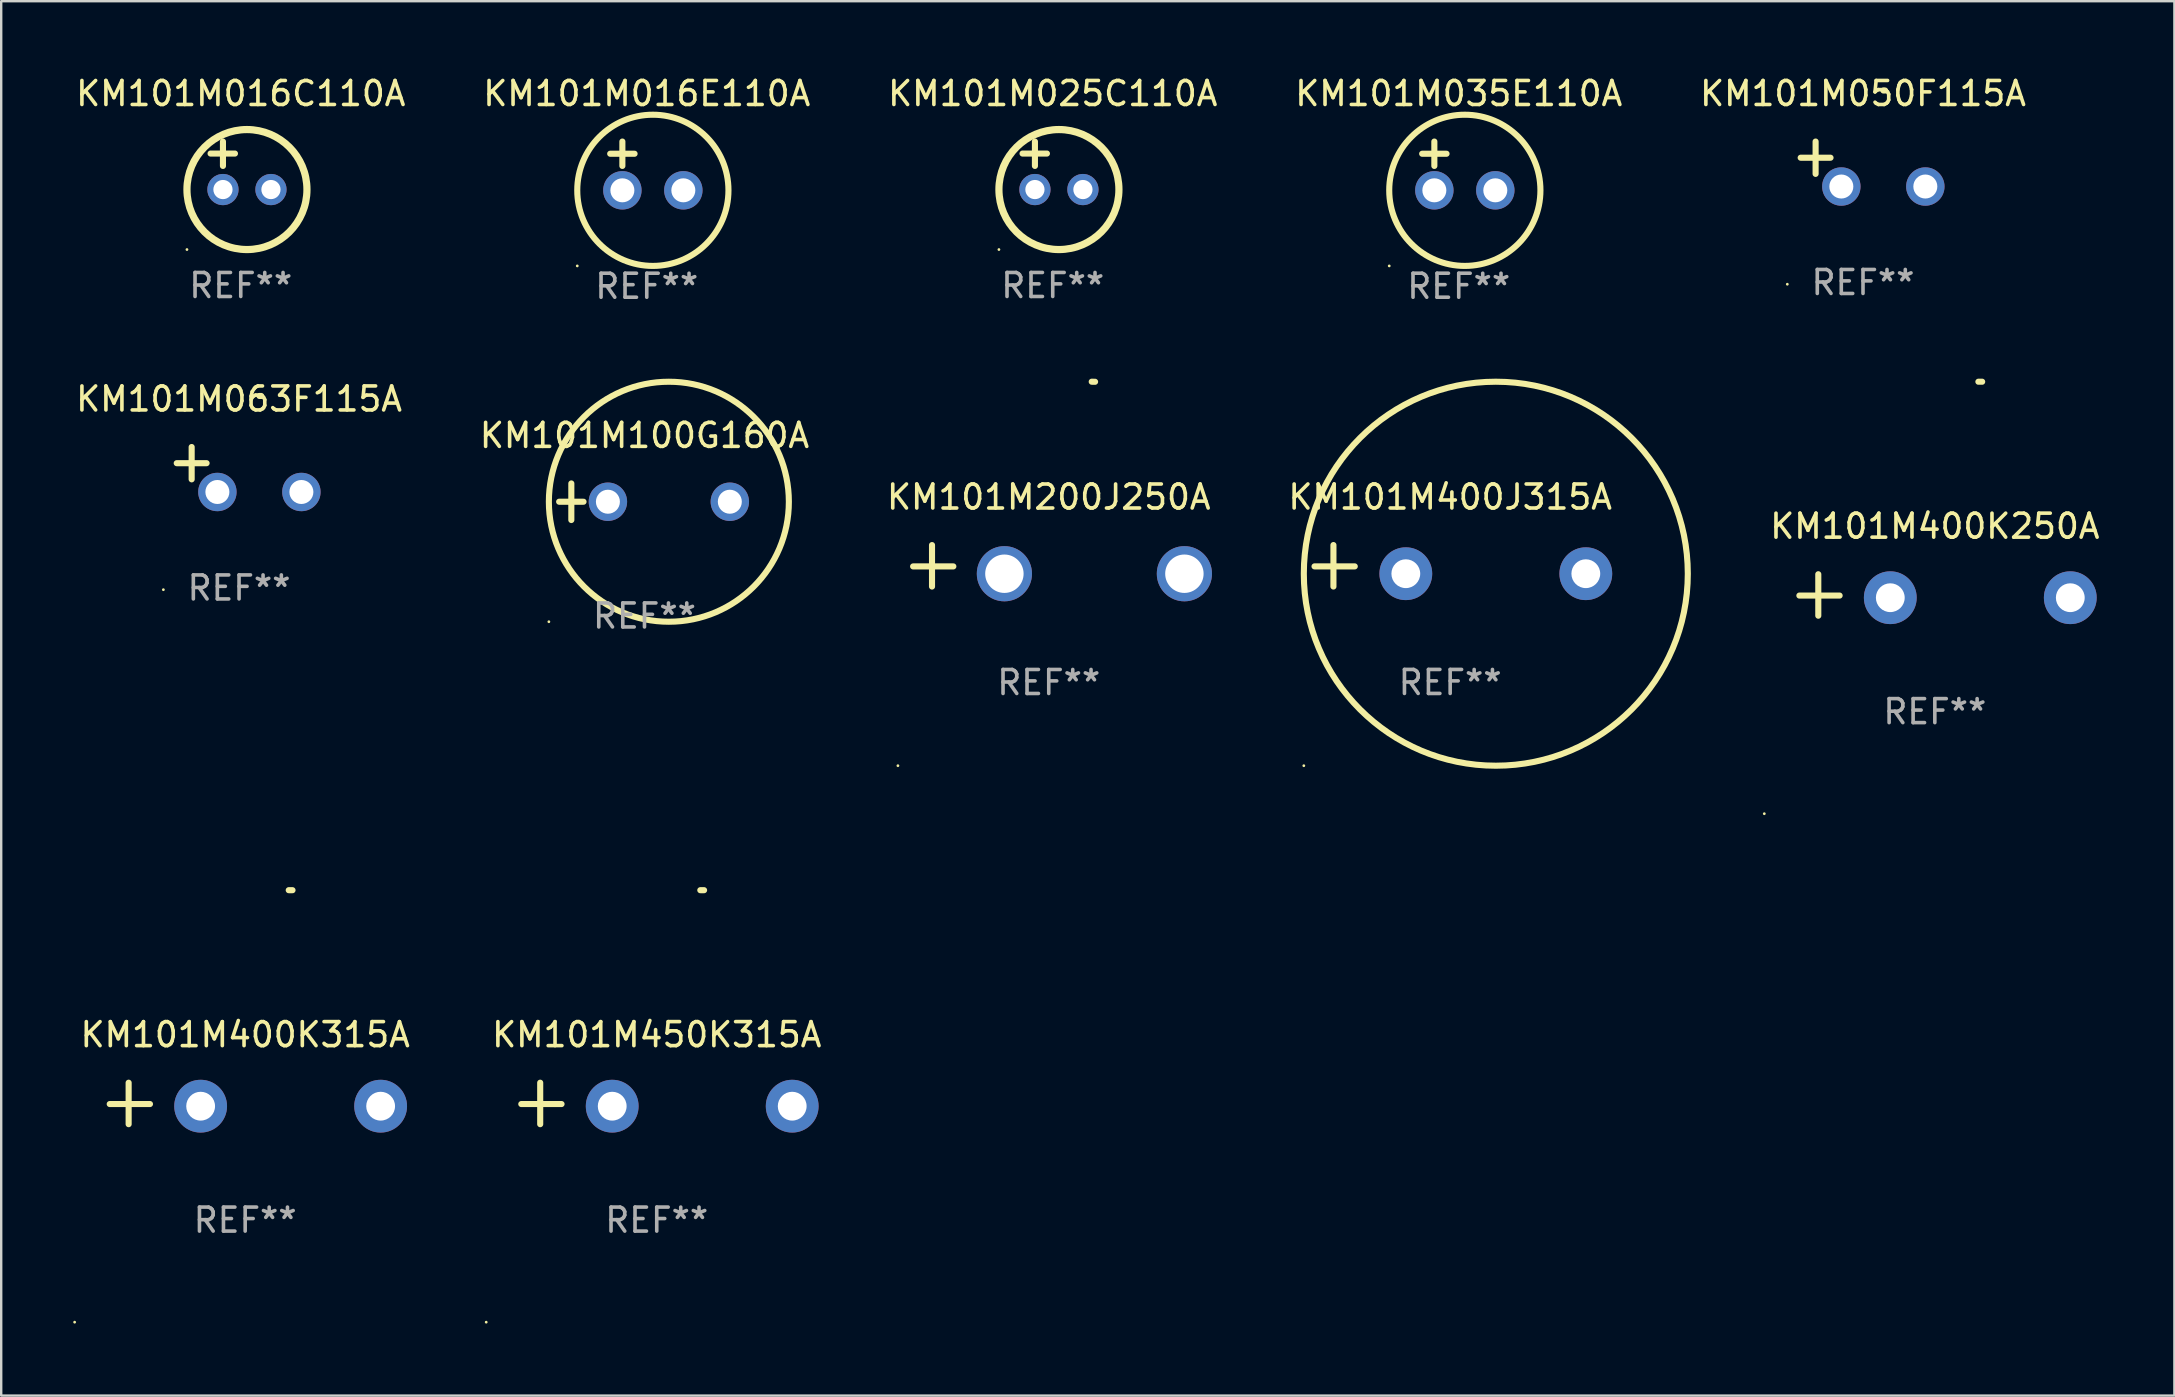
<source format=kicad_pcb>
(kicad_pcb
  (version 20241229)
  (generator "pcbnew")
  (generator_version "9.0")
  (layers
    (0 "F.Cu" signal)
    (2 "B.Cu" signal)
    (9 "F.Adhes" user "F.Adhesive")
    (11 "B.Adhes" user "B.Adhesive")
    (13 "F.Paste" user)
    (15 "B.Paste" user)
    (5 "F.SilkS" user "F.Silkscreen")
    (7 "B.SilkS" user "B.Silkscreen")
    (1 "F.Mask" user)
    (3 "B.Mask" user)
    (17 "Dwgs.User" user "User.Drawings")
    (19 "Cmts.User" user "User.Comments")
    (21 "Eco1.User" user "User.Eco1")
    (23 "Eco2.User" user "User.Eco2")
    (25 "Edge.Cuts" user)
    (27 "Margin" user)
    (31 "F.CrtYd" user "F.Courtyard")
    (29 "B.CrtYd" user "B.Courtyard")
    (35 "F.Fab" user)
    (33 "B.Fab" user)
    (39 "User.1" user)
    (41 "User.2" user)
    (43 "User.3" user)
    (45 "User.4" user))
  (footprint "KM101M450K315A"
    (layer "F.Cu")
    (at 24.315 42.928)
    (property "Reference" "KM101M450K315A" (at 0 -2.864 0) (layer "F.SilkS") (effects (font (size 1 1) (thickness 0.15))))
    (attr through_hole)
    (fp_line (start -4.856 0.864) (end -4.856 -0.864) (stroke (width 0.254) (type solid)) (layer "F.SilkS"))
    (fp_line (start -3.967 0.025) (end -5.644 0.025) (stroke (width 0.254) (type solid)) (layer "F.SilkS"))
    (fp_arc (start 1.815024 -8.885649) (mid 1.893764 -8.88599) (end 1.972504 -8.885649) (stroke (width 0.254001) (type solid)) (layer "F.SilkS"))
    (fp_circle (center -7.106 9.114) (end -7.076 9.114) (stroke (width 0.06) (type solid)) (fill no) (layer "F.SilkS"))
    (fp_text user "REF**" (at 0 4.864 0) (layer "F.Fab") (effects (font (size 1 1) (thickness 0.15))))
    (pad "1" thru_hole circle (at -1.856 0.114) (size 2.2 2.2) (drill 1.2) (layers "*.Cu" "*.Mask"))
    (pad "2" thru_hole circle (at 5.644 0.114) (size 2.2 2.2) (drill 1.2) (layers "*.Cu" "*.Mask")))
  (footprint "KM101M400J315A"
    (layer "F.Cu")
    (at 57.375 20.525)
    (property "Reference" "KM101M400J315A" (at 0 -2.864 0) (layer "F.SilkS") (effects (font (size 1 1) (thickness 0.15))))
    (attr through_hole)
    (fp_line (start -4.864 0.864) (end -4.864 -0.864) (stroke (width 0.254) (type solid)) (layer "F.SilkS"))
    (fp_line (start -3.975 0.025) (end -5.652 0.025) (stroke (width 0.254) (type solid)) (layer "F.SilkS"))
    (fp_circle (center -6.098 8.33) (end -6.068 8.33) (stroke (width 0.06) (type solid)) (fill no) (layer "F.SilkS"))
    (fp_circle (center 1.902 0.33) (end 9.902 0.33) (stroke (width 0.254) (type solid)) (fill no) (layer "F.SilkS"))
    (fp_text user "REF**" (at 0 4.864 0) (layer "F.Fab") (effects (font (size 1 1) (thickness 0.15))))
    (pad "1" thru_hole circle (at -1.848 0.33) (size 2.2 2.2) (drill 1.2) (layers "*.Cu" "*.Mask"))
    (pad "2" thru_hole circle (at 5.652 0.33) (size 2.2 2.2) (drill 1.2) (layers "*.Cu" "*.Mask")))
  (footprint "KM101M025C110A"
    (layer "F.Cu")
    (at 40.815 3.848)
    (property "Reference" "KM101M025C110A" (at 0 -3 0) (layer "F.SilkS") (effects (font (size 1 1) (thickness 0.15))))
    (attr through_hole)
    (fp_line (start -1.258 -0.5) (end -0.242 -0.5) (stroke (width 0.254) (type solid)) (layer "F.SilkS"))
    (fp_line (start -0.742 -1) (end -0.742 0.016) (stroke (width 0.254) (type solid)) (layer "F.SilkS"))
    (fp_circle (center -2.242 3.5) (end -2.212 3.5) (stroke (width 0.06) (type solid)) (fill no) (layer "F.SilkS"))
    (fp_circle (center 0.258 1) (end 2.758 1) (stroke (width 0.3) (type solid)) (fill no) (layer "F.SilkS"))
    (fp_text user "REF**" (at 0 5 0) (layer "F.Fab") (effects (font (size 1 1) (thickness 0.15))))
    (pad "1" thru_hole circle (at -0.742 1) (size 1.3 1.3) (drill 0.8) (layers "*.Cu" "*.Mask"))
    (pad "2" thru_hole circle (at 1.258 1) (size 1.3 1.3) (drill 0.8) (layers "*.Cu" "*.Mask")))
  (footprint "KM101M400K315A"
    (layer "F.Cu")
    (at 7.166 42.928)
    (property "Reference" "KM101M400K315A" (at 0 -2.864 0) (layer "F.SilkS") (effects (font (size 1 1) (thickness 0.15))))
    (attr through_hole)
    (fp_line (start -4.856 0.864) (end -4.856 -0.864) (stroke (width 0.254) (type solid)) (layer "F.SilkS"))
    (fp_line (start -3.967 0.025) (end -5.644 0.025) (stroke (width 0.254) (type solid)) (layer "F.SilkS"))
    (fp_arc (start 1.815024 -8.885649) (mid 1.893764 -8.88599) (end 1.972504 -8.885649) (stroke (width 0.254001) (type solid)) (layer "F.SilkS"))
    (fp_circle (center -7.106 9.114) (end -7.076 9.114) (stroke (width 0.06) (type solid)) (fill no) (layer "F.SilkS"))
    (fp_text user "REF**" (at 0 4.864 0) (layer "F.Fab") (effects (font (size 1 1) (thickness 0.15))))
    (pad "1" thru_hole circle (at -1.856 0.114) (size 2.2 2.2) (drill 1.2) (layers "*.Cu" "*.Mask"))
    (pad "2" thru_hole circle (at 5.644 0.114) (size 2.2 2.2) (drill 1.2) (layers "*.Cu" "*.Mask")))
  (footprint "KM101M016C110A"
    (layer "F.Cu")
    (at 6.982 3.848)
    (property "Reference" "KM101M016C110A" (at 0 -3 0) (layer "F.SilkS") (effects (font (size 1 1) (thickness 0.15))))
    (attr through_hole)
    (fp_line (start -1.258 -0.5) (end -0.242 -0.5) (stroke (width 0.254) (type solid)) (layer "F.SilkS"))
    (fp_line (start -0.742 -1) (end -0.742 0.016) (stroke (width 0.254) (type solid)) (layer "F.SilkS"))
    (fp_circle (center -2.242 3.5) (end -2.212 3.5) (stroke (width 0.06) (type solid)) (fill no) (layer "F.SilkS"))
    (fp_circle (center 0.258 1) (end 2.758 1) (stroke (width 0.3) (type solid)) (fill no) (layer "F.SilkS"))
    (fp_text user "REF**" (at 0 5 0) (layer "F.Fab") (effects (font (size 1 1) (thickness 0.15))))
    (pad "1" thru_hole circle (at -0.742 1) (size 1.3 1.3) (drill 0.8) (layers "*.Cu" "*.Mask"))
    (pad "2" thru_hole circle (at 1.258 1) (size 1.3 1.3) (drill 0.8) (layers "*.Cu" "*.Mask")))
  (footprint "KM101M035E110A"
    (layer "F.Cu")
    (at 57.732 3.864)
    (property "Reference" "KM101M035E110A" (at 0 -3.016 0) (layer "F.SilkS") (effects (font (size 1 1) (thickness 0.15))))
    (attr through_hole)
    (fp_line (start -1.524 -0.508) (end -0.508 -0.508) (stroke (width 0.254) (type solid)) (layer "F.SilkS"))
    (fp_line (start -1.016 -1.016) (end -1.016 0) (stroke (width 0.254) (type solid)) (layer "F.SilkS"))
    (fp_circle (center -2.896 4.166) (end -2.866 4.166) (stroke (width 0.06) (type solid)) (fill no) (layer "F.SilkS"))
    (fp_circle (center 0.254 1.016) (end 3.404 1.016) (stroke (width 0.254) (type solid)) (fill no) (layer "F.SilkS"))
    (fp_text user "REF**" (at 0 5.016 0) (layer "F.Fab") (effects (font (size 1 1) (thickness 0.15))))
    (pad "1" thru_hole circle (at -1.016 1.016) (size 1.6 1.6) (drill 1) (layers "*.Cu" "*.Mask"))
    (pad "2" thru_hole circle (at 1.524 1.016) (size 1.6 1.6) (drill 1) (layers "*.Cu" "*.Mask")))
  (footprint "KM101M400K250A"
    (layer "F.Cu")
    (at 77.57 21.741)
    (property "Reference" "KM101M400K250A" (at 0 -2.864 0) (layer "F.SilkS") (effects (font (size 1 1) (thickness 0.15))))
    (attr through_hole)
    (fp_line (start -4.856 0.864) (end -4.856 -0.864) (stroke (width 0.254) (type solid)) (layer "F.SilkS"))
    (fp_line (start -3.967 0.025) (end -5.644 0.025) (stroke (width 0.254) (type solid)) (layer "F.SilkS"))
    (fp_arc (start 1.815024 -8.885649) (mid 1.893764 -8.88599) (end 1.972504 -8.885649) (stroke (width 0.254001) (type solid)) (layer "F.SilkS"))
    (fp_circle (center -7.106 9.114) (end -7.076 9.114) (stroke (width 0.06) (type solid)) (fill no) (layer "F.SilkS"))
    (fp_text user "REF**" (at 0 4.864 0) (layer "F.Fab") (effects (font (size 1 1) (thickness 0.15))))
    (pad "1" thru_hole circle (at -1.856 0.114) (size 2.2 2.2) (drill 1.2) (layers "*.Cu" "*.Mask"))
    (pad "2" thru_hole circle (at 5.644 0.114) (size 2.2 2.2) (drill 1.2) (layers "*.Cu" "*.Mask")))
  (footprint "KM101M200J250A"
    (layer "F.Cu")
    (at 40.649 20.526)
    (property "Reference" "KM101M200J250A" (at 0 -2.864 0) (layer "F.SilkS") (effects (font (size 1 1) (thickness 0.15))))
    (attr through_hole)
    (fp_line (start -4.864 0.864) (end -4.864 -0.864) (stroke (width 0.254) (type solid)) (layer "F.SilkS"))
    (fp_line (start -3.975 0.025) (end -5.652 0.025) (stroke (width 0.254) (type solid)) (layer "F.SilkS"))
    (fp_arc (start 1.790704 -7.670815) (mid 1.860559 -7.669842) (end 1.930404 -7.668275) (stroke (width 0.254001) (type solid)) (layer "F.SilkS"))
    (fp_circle (center -6.285 8.329) (end -6.255 8.329) (stroke (width 0.06) (type solid)) (fill no) (layer "F.SilkS"))
    (fp_text user "REF**" (at 0 4.864 0) (layer "F.Fab") (effects (font (size 1 1) (thickness 0.15))))
    (pad "1" thru_hole circle (at -1.848 0.33) (size 2.3 2.3) (drill 1.6) (layers "*.Cu" "*.Mask"))
    (pad "2" thru_hole circle (at 5.652 0.33) (size 2.3 2.3) (drill 1.6) (layers "*.Cu" "*.Mask")))
  (footprint "KM101M016E110A"
    (layer "F.Cu")
    (at 23.899 3.864)
    (property "Reference" "KM101M016E110A" (at 0 -3.016 0) (layer "F.SilkS") (effects (font (size 1 1) (thickness 0.15))))
    (attr through_hole)
    (fp_line (start -1.524 -0.508) (end -0.508 -0.508) (stroke (width 0.254) (type solid)) (layer "F.SilkS"))
    (fp_line (start -1.016 -1.016) (end -1.016 0) (stroke (width 0.254) (type solid)) (layer "F.SilkS"))
    (fp_circle (center -2.896 4.166) (end -2.866 4.166) (stroke (width 0.06) (type solid)) (fill no) (layer "F.SilkS"))
    (fp_circle (center 0.254 1.016) (end 3.404 1.016) (stroke (width 0.254) (type solid)) (fill no) (layer "F.SilkS"))
    (fp_text user "REF**" (at 0 5.016 0) (layer "F.Fab") (effects (font (size 1 1) (thickness 0.15))))
    (pad "1" thru_hole circle (at -1.016 1.016) (size 1.6 1.6) (drill 1) (layers "*.Cu" "*.Mask"))
    (pad "2" thru_hole circle (at 1.524 1.016) (size 1.6 1.6) (drill 1) (layers "*.Cu" "*.Mask")))
  (footprint "KM101M050F115A"
    (layer "F.Cu")
    (at 74.577 3.785)
    (property "Reference" "KM101M050F115A" (at 0 -2.937 0) (layer "F.SilkS") (effects (font (size 1 1) (thickness 0.15))))
    (attr through_hole)
    (fp_line (start -1.975 0.41) (end -1.975 -0.937) (stroke (width 0.254) (type solid)) (layer "F.SilkS"))
    (fp_line (start -1.353 -0.263) (end -2.597 -0.263) (stroke (width 0.254) (type solid)) (layer "F.SilkS"))
    (fp_arc (start 0.849809 -3.063957) (mid 0.885369 -3.064114) (end 0.920929 -3.063957) (stroke (width 0.254001) (type solid)) (layer "F.SilkS"))
    (fp_circle (center -3.154 5.008) (end -3.124 5.008) (stroke (width 0.06) (type solid)) (fill no) (layer "F.SilkS"))
    (fp_text user "REF**" (at 0 4.937 0) (layer "F.Fab") (effects (font (size 1 1) (thickness 0.15))))
    (pad "1" thru_hole circle (at -0.903 0.937) (size 1.6 1.6) (drill 1) (layers "*.Cu" "*.Mask"))
    (pad "2" thru_hole circle (at 2.597 0.937) (size 1.6 1.6) (drill 1) (layers "*.Cu" "*.Mask")))
  (footprint "KM101M063F115A"
    (layer "F.Cu")
    (at 6.911 16.513)
    (property "Reference" "KM101M063F115A" (at 0 -2.937 0) (layer "F.SilkS") (effects (font (size 1 1) (thickness 0.15))))
    (attr through_hole)
    (fp_line (start -1.975 0.41) (end -1.975 -0.937) (stroke (width 0.254) (type solid)) (layer "F.SilkS"))
    (fp_line (start -1.353 -0.263) (end -2.597 -0.263) (stroke (width 0.254) (type solid)) (layer "F.SilkS"))
    (fp_arc (start 0.849809 -3.063957) (mid 0.885369 -3.064114) (end 0.920929 -3.063957) (stroke (width 0.254001) (type solid)) (layer "F.SilkS"))
    (fp_circle (center -3.154 5.008) (end -3.124 5.008) (stroke (width 0.06) (type solid)) (fill no) (layer "F.SilkS"))
    (fp_text user "REF**" (at 0 4.937 0) (layer "F.Fab") (effects (font (size 1 1) (thickness 0.15))))
    (pad "1" thru_hole circle (at -0.903 0.937) (size 1.6 1.6) (drill 1) (layers "*.Cu" "*.Mask"))
    (pad "2" thru_hole circle (at 2.597 0.937) (size 1.6 1.6) (drill 1) (layers "*.Cu" "*.Mask")))
  (footprint "KM101M100G160A"
    (layer "F.Cu")
    (at 23.804 17.856)
    (property "Reference" "KM101M100G160A" (at 0 -2.762 0) (layer "F.SilkS") (effects (font (size 1 1) (thickness 0.15))))
    (attr through_hole)
    (fp_line (start -3.556 0) (end -2.54 0) (stroke (width 0.254) (type solid)) (layer "F.SilkS"))
    (fp_line (start -3.048 -0.762) (end -3.048 0.762) (stroke (width 0.254) (type solid)) (layer "F.SilkS"))
    (fp_circle (center -3.984 5) (end -3.954 5) (stroke (width 0.06) (type solid)) (fill no) (layer "F.SilkS"))
    (fp_circle (center 1.016 0) (end 6.016 0) (stroke (width 0.254) (type solid)) (fill no) (layer "F.SilkS"))
    (fp_text user "REF**" (at 0 4.762 0) (layer "F.Fab") (effects (font (size 1 1) (thickness 0.15))))
    (pad "1" thru_hole circle (at -1.524 0) (size 1.6 1.6) (drill 1) (layers "*.Cu" "*.Mask"))
    (pad "2" thru_hole circle (at 3.556 0) (size 1.6 1.6) (drill 1) (layers "*.Cu" "*.Mask")))
  (gr_rect
    (start -3 -3)
    (end 87.552 55.102)
    (stroke (width 0.1) (type default))
    (fill no)
    (layer "Edge.Cuts")))
</source>
